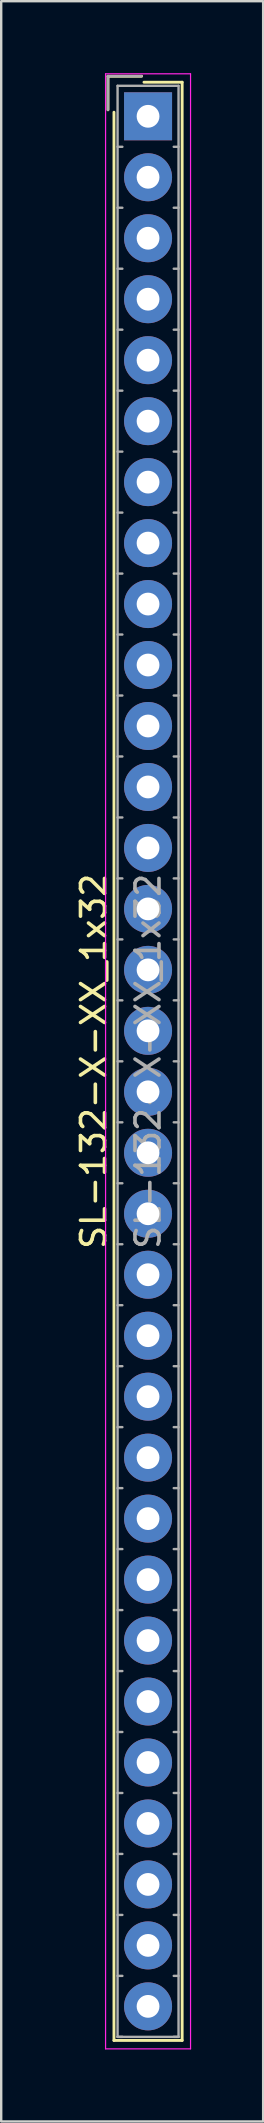
<source format=kicad_pcb>
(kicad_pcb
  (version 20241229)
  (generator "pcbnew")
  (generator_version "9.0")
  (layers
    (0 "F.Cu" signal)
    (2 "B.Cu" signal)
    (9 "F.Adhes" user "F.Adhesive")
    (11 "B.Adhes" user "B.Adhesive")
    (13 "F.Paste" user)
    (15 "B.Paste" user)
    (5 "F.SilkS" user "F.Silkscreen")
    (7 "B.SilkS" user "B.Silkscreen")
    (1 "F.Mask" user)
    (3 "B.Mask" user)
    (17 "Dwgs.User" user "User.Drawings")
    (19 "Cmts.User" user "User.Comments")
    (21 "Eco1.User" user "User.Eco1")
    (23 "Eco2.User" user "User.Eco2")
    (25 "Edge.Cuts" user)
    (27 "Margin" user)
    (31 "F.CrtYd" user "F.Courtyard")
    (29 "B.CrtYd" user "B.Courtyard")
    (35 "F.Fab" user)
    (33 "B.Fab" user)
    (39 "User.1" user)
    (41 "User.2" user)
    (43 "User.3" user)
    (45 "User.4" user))
  (footprint "SL-132-X-XX_1x32"
    (layer "F.Cu")
    (at 3.118 1.795)
    (property "Reference" "SL-132-X-XX_1x32" (at -2.27 39.37 90) (layer "F.SilkS") (effects (font (size 1 1) (thickness 0.15))))
    (attr through_hole)
    (fp_line (start -1.67 -1.67) (end -1.67 -0.27) (stroke (width 0.12) (type solid)) (layer "F.SilkS"))
    (fp_line (start -1.42 80.16) (end -1.42 -0.17) (stroke (width 0.12) (type solid)) (layer "F.SilkS"))
    (fp_line (start -0.27 -1.67) (end -1.67 -1.67) (stroke (width 0.12) (type solid)) (layer "F.SilkS"))
    (fp_line (start -0.17 -1.42) (end 1.42 -1.42) (stroke (width 0.12) (type solid)) (layer "F.SilkS"))
    (fp_line (start 1.42 -1.42) (end 1.42 80.16) (stroke (width 0.12) (type solid)) (layer "F.SilkS"))
    (fp_line (start 1.42 80.16) (end -1.42 80.16) (stroke (width 0.12) (type solid)) (layer "F.SilkS"))
    (fp_line (start -1.77 -1.77) (end -1.77 80.51) (stroke (width 0.05) (type solid)) (layer "F.CrtYd"))
    (fp_line (start -1.77 80.51) (end 1.77 80.51) (stroke (width 0.05) (type solid)) (layer "F.CrtYd"))
    (fp_line (start 1.77 -1.77) (end -1.77 -1.77) (stroke (width 0.05) (type solid)) (layer "F.CrtYd"))
    (fp_line (start 1.77 80.51) (end 1.77 -1.77) (stroke (width 0.05) (type solid)) (layer "F.CrtYd"))
    (fp_line (start -1.67 -1.67) (end -1.67 -0.27) (stroke (width 0.1) (type solid)) (layer "F.Fab"))
    (fp_line (start -1.27 -1.27) (end -1.27 80.01) (stroke (width 0.1) (type solid)) (layer "F.Fab"))
    (fp_line (start -1.27 1.27) (end -1.07 1.27) (stroke (width 0.1) (type solid)) (layer "F.Fab"))
    (fp_line (start -1.27 3.81) (end -1.07 3.81) (stroke (width 0.1) (type solid)) (layer "F.Fab"))
    (fp_line (start -1.27 6.35) (end -1.07 6.35) (stroke (width 0.1) (type solid)) (layer "F.Fab"))
    (fp_line (start -1.27 8.89) (end -1.07 8.89) (stroke (width 0.1) (type solid)) (layer "F.Fab"))
    (fp_line (start -1.27 11.43) (end -1.07 11.43) (stroke (width 0.1) (type solid)) (layer "F.Fab"))
    (fp_line (start -1.27 13.97) (end -1.07 13.97) (stroke (width 0.1) (type solid)) (layer "F.Fab"))
    (fp_line (start -1.27 16.51) (end -1.07 16.51) (stroke (width 0.1) (type solid)) (layer "F.Fab"))
    (fp_line (start -1.27 19.05) (end -1.07 19.05) (stroke (width 0.1) (type solid)) (layer "F.Fab"))
    (fp_line (start -1.27 21.59) (end -1.07 21.59) (stroke (width 0.1) (type solid)) (layer "F.Fab"))
    (fp_line (start -1.27 24.13) (end -1.07 24.13) (stroke (width 0.1) (type solid)) (layer "F.Fab"))
    (fp_line (start -1.27 26.67) (end -1.07 26.67) (stroke (width 0.1) (type solid)) (layer "F.Fab"))
    (fp_line (start -1.27 29.21) (end -1.07 29.21) (stroke (width 0.1) (type solid)) (layer "F.Fab"))
    (fp_line (start -1.27 31.75) (end -1.07 31.75) (stroke (width 0.1) (type solid)) (layer "F.Fab"))
    (fp_line (start -1.27 34.29) (end -1.07 34.29) (stroke (width 0.1) (type solid)) (layer "F.Fab"))
    (fp_line (start -1.27 36.83) (end -1.07 36.83) (stroke (width 0.1) (type solid)) (layer "F.Fab"))
    (fp_line (start -1.27 39.37) (end -1.07 39.37) (stroke (width 0.1) (type solid)) (layer "F.Fab"))
    (fp_line (start -1.27 41.91) (end -1.07 41.91) (stroke (width 0.1) (type solid)) (layer "F.Fab"))
    (fp_line (start -1.27 44.45) (end -1.07 44.45) (stroke (width 0.1) (type solid)) (layer "F.Fab"))
    (fp_line (start -1.27 46.99) (end -1.07 46.99) (stroke (width 0.1) (type solid)) (layer "F.Fab"))
    (fp_line (start -1.27 49.53) (end -1.07 49.53) (stroke (width 0.1) (type solid)) (layer "F.Fab"))
    (fp_line (start -1.27 52.07) (end -1.07 52.07) (stroke (width 0.1) (type solid)) (layer "F.Fab"))
    (fp_line (start -1.27 54.61) (end -1.07 54.61) (stroke (width 0.1) (type solid)) (layer "F.Fab"))
    (fp_line (start -1.27 57.15) (end -1.07 57.15) (stroke (width 0.1) (type solid)) (layer "F.Fab"))
    (fp_line (start -1.27 59.69) (end -1.07 59.69) (stroke (width 0.1) (type solid)) (layer "F.Fab"))
    (fp_line (start -1.27 62.23) (end -1.07 62.23) (stroke (width 0.1) (type solid)) (layer "F.Fab"))
    (fp_line (start -1.27 64.77) (end -1.07 64.77) (stroke (width 0.1) (type solid)) (layer "F.Fab"))
    (fp_line (start -1.27 67.31) (end -1.07 67.31) (stroke (width 0.1) (type solid)) (layer "F.Fab"))
    (fp_line (start -1.27 69.85) (end -1.07 69.85) (stroke (width 0.1) (type solid)) (layer "F.Fab"))
    (fp_line (start -1.27 72.39) (end -1.07 72.39) (stroke (width 0.1) (type solid)) (layer "F.Fab"))
    (fp_line (start -1.27 74.93) (end -1.07 74.93) (stroke (width 0.1) (type solid)) (layer "F.Fab"))
    (fp_line (start -1.27 77.47) (end -1.07 77.47) (stroke (width 0.1) (type solid)) (layer "F.Fab"))
    (fp_line (start -1.27 80.01) (end -1.07 80.01) (stroke (width 0.1) (type solid)) (layer "F.Fab"))
    (fp_line (start -1.27 80.01) (end 1.27 80.01) (stroke (width 0.1) (type solid)) (layer "F.Fab"))
    (fp_line (start -0.27 -1.67) (end -1.67 -1.67) (stroke (width 0.1) (type solid)) (layer "F.Fab"))
    (fp_line (start 1.27 -1.27) (end -1.27 -1.27) (stroke (width 0.1) (type solid)) (layer "F.Fab"))
    (fp_line (start 1.27 1.27) (end 1.07 1.27) (stroke (width 0.1) (type solid)) (layer "F.Fab"))
    (fp_line (start 1.27 3.81) (end 1.07 3.81) (stroke (width 0.1) (type solid)) (layer "F.Fab"))
    (fp_line (start 1.27 6.35) (end 1.07 6.35) (stroke (width 0.1) (type solid)) (layer "F.Fab"))
    (fp_line (start 1.27 8.89) (end 1.07 8.89) (stroke (width 0.1) (type solid)) (layer "F.Fab"))
    (fp_line (start 1.27 11.43) (end 1.07 11.43) (stroke (width 0.1) (type solid)) (layer "F.Fab"))
    (fp_line (start 1.27 13.97) (end 1.07 13.97) (stroke (width 0.1) (type solid)) (layer "F.Fab"))
    (fp_line (start 1.27 16.51) (end 1.07 16.51) (stroke (width 0.1) (type solid)) (layer "F.Fab"))
    (fp_line (start 1.27 19.05) (end 1.07 19.05) (stroke (width 0.1) (type solid)) (layer "F.Fab"))
    (fp_line (start 1.27 21.59) (end 1.07 21.59) (stroke (width 0.1) (type solid)) (layer "F.Fab"))
    (fp_line (start 1.27 24.13) (end 1.07 24.13) (stroke (width 0.1) (type solid)) (layer "F.Fab"))
    (fp_line (start 1.27 26.67) (end 1.07 26.67) (stroke (width 0.1) (type solid)) (layer "F.Fab"))
    (fp_line (start 1.27 29.21) (end 1.07 29.21) (stroke (width 0.1) (type solid)) (layer "F.Fab"))
    (fp_line (start 1.27 31.75) (end 1.07 31.75) (stroke (width 0.1) (type solid)) (layer "F.Fab"))
    (fp_line (start 1.27 34.29) (end 1.07 34.29) (stroke (width 0.1) (type solid)) (layer "F.Fab"))
    (fp_line (start 1.27 36.83) (end 1.07 36.83) (stroke (width 0.1) (type solid)) (layer "F.Fab"))
    (fp_line (start 1.27 39.37) (end 1.07 39.37) (stroke (width 0.1) (type solid)) (layer "F.Fab"))
    (fp_line (start 1.27 41.91) (end 1.07 41.91) (stroke (width 0.1) (type solid)) (layer "F.Fab"))
    (fp_line (start 1.27 44.45) (end 1.07 44.45) (stroke (width 0.1) (type solid)) (layer "F.Fab"))
    (fp_line (start 1.27 46.99) (end 1.07 46.99) (stroke (width 0.1) (type solid)) (layer "F.Fab"))
    (fp_line (start 1.27 49.53) (end 1.07 49.53) (stroke (width 0.1) (type solid)) (layer "F.Fab"))
    (fp_line (start 1.27 52.07) (end 1.07 52.07) (stroke (width 0.1) (type solid)) (layer "F.Fab"))
    (fp_line (start 1.27 54.61) (end 1.07 54.61) (stroke (width 0.1) (type solid)) (layer "F.Fab"))
    (fp_line (start 1.27 57.15) (end 1.07 57.15) (stroke (width 0.1) (type solid)) (layer "F.Fab"))
    (fp_line (start 1.27 59.69) (end 1.07 59.69) (stroke (width 0.1) (type solid)) (layer "F.Fab"))
    (fp_line (start 1.27 62.23) (end 1.07 62.23) (stroke (width 0.1) (type solid)) (layer "F.Fab"))
    (fp_line (start 1.27 64.77) (end 1.07 64.77) (stroke (width 0.1) (type solid)) (layer "F.Fab"))
    (fp_line (start 1.27 67.31) (end 1.07 67.31) (stroke (width 0.1) (type solid)) (layer "F.Fab"))
    (fp_line (start 1.27 69.85) (end 1.07 69.85) (stroke (width 0.1) (type solid)) (layer "F.Fab"))
    (fp_line (start 1.27 72.39) (end 1.07 72.39) (stroke (width 0.1) (type solid)) (layer "F.Fab"))
    (fp_line (start 1.27 74.93) (end 1.07 74.93) (stroke (width 0.1) (type solid)) (layer "F.Fab"))
    (fp_line (start 1.27 77.47) (end 1.07 77.47) (stroke (width 0.1) (type solid)) (layer "F.Fab"))
    (fp_line (start 1.27 80.01) (end 1.07 80.01) (stroke (width 0.1) (type solid)) (layer "F.Fab"))
    (fp_line (start 1.27 80.01) (end 1.27 -1.27) (stroke (width 0.1) (type solid)) (layer "F.Fab"))
    (fp_text user "${REFERENCE}" (at 0 39.37 90) (layer "F.Fab") (effects (font (size 1 1) (thickness 0.15))))
    (pad "1" thru_hole rect (at 0 0) (size 2 2) (drill 0.95) (layers "*.Cu" "*.Mask"))
    (pad "2" thru_hole circle (at 0 2.54) (size 2 2) (drill 0.95) (layers "*.Cu" "*.Mask"))
    (pad "3" thru_hole circle (at 0 5.08) (size 2 2) (drill 0.95) (layers "*.Cu" "*.Mask"))
    (pad "4" thru_hole circle (at 0 7.62) (size 2 2) (drill 0.95) (layers "*.Cu" "*.Mask"))
    (pad "5" thru_hole circle (at 0 10.16) (size 2 2) (drill 0.95) (layers "*.Cu" "*.Mask"))
    (pad "6" thru_hole circle (at 0 12.7) (size 2 2) (drill 0.95) (layers "*.Cu" "*.Mask"))
    (pad "7" thru_hole circle (at 0 15.24) (size 2 2) (drill 0.95) (layers "*.Cu" "*.Mask"))
    (pad "8" thru_hole circle (at 0 17.78) (size 2 2) (drill 0.95) (layers "*.Cu" "*.Mask"))
    (pad "9" thru_hole circle (at 0 20.32) (size 2 2) (drill 0.95) (layers "*.Cu" "*.Mask"))
    (pad "10" thru_hole circle (at 0 22.86) (size 2 2) (drill 0.95) (layers "*.Cu" "*.Mask"))
    (pad "11" thru_hole circle (at 0 25.4) (size 2 2) (drill 0.95) (layers "*.Cu" "*.Mask"))
    (pad "12" thru_hole circle (at 0 27.94) (size 2 2) (drill 0.95) (layers "*.Cu" "*.Mask"))
    (pad "13" thru_hole circle (at 0 30.48) (size 2 2) (drill 0.95) (layers "*.Cu" "*.Mask"))
    (pad "14" thru_hole circle (at 0 33.02) (size 2 2) (drill 0.95) (layers "*.Cu" "*.Mask"))
    (pad "15" thru_hole circle (at 0 35.56) (size 2 2) (drill 0.95) (layers "*.Cu" "*.Mask"))
    (pad "16" thru_hole circle (at 0 38.1) (size 2 2) (drill 0.95) (layers "*.Cu" "*.Mask"))
    (pad "17" thru_hole circle (at 0 40.64) (size 2 2) (drill 0.95) (layers "*.Cu" "*.Mask"))
    (pad "18" thru_hole circle (at 0 43.18) (size 2 2) (drill 0.95) (layers "*.Cu" "*.Mask"))
    (pad "19" thru_hole circle (at 0 45.72) (size 2 2) (drill 0.95) (layers "*.Cu" "*.Mask"))
    (pad "20" thru_hole circle (at 0 48.26) (size 2 2) (drill 0.95) (layers "*.Cu" "*.Mask"))
    (pad "21" thru_hole circle (at 0 50.8) (size 2 2) (drill 0.95) (layers "*.Cu" "*.Mask"))
    (pad "22" thru_hole circle (at 0 53.34) (size 2 2) (drill 0.95) (layers "*.Cu" "*.Mask"))
    (pad "23" thru_hole circle (at 0 55.88) (size 2 2) (drill 0.95) (layers "*.Cu" "*.Mask"))
    (pad "24" thru_hole circle (at 0 58.42) (size 2 2) (drill 0.95) (layers "*.Cu" "*.Mask"))
    (pad "25" thru_hole circle (at 0 60.96) (size 2 2) (drill 0.95) (layers "*.Cu" "*.Mask"))
    (pad "26" thru_hole circle (at 0 63.5) (size 2 2) (drill 0.95) (layers "*.Cu" "*.Mask"))
    (pad "27" thru_hole circle (at 0 66.04) (size 2 2) (drill 0.95) (layers "*.Cu" "*.Mask"))
    (pad "28" thru_hole circle (at 0 68.58) (size 2 2) (drill 0.95) (layers "*.Cu" "*.Mask"))
    (pad "29" thru_hole circle (at 0 71.12) (size 2 2) (drill 0.95) (layers "*.Cu" "*.Mask"))
    (pad "30" thru_hole circle (at 0 73.66) (size 2 2) (drill 0.95) (layers "*.Cu" "*.Mask"))
    (pad "31" thru_hole circle (at 0 76.2) (size 2 2) (drill 0.95) (layers "*.Cu" "*.Mask"))
    (pad "32" thru_hole circle (at 0 78.74) (size 2 2) (drill 0.95) (layers "*.Cu" "*.Mask")))
  (gr_rect
    (start -3 -3)
    (end 7.913 85.33)
    (stroke (width 0.1) (type default))
    (fill no)
    (layer "Edge.Cuts")))
</source>
